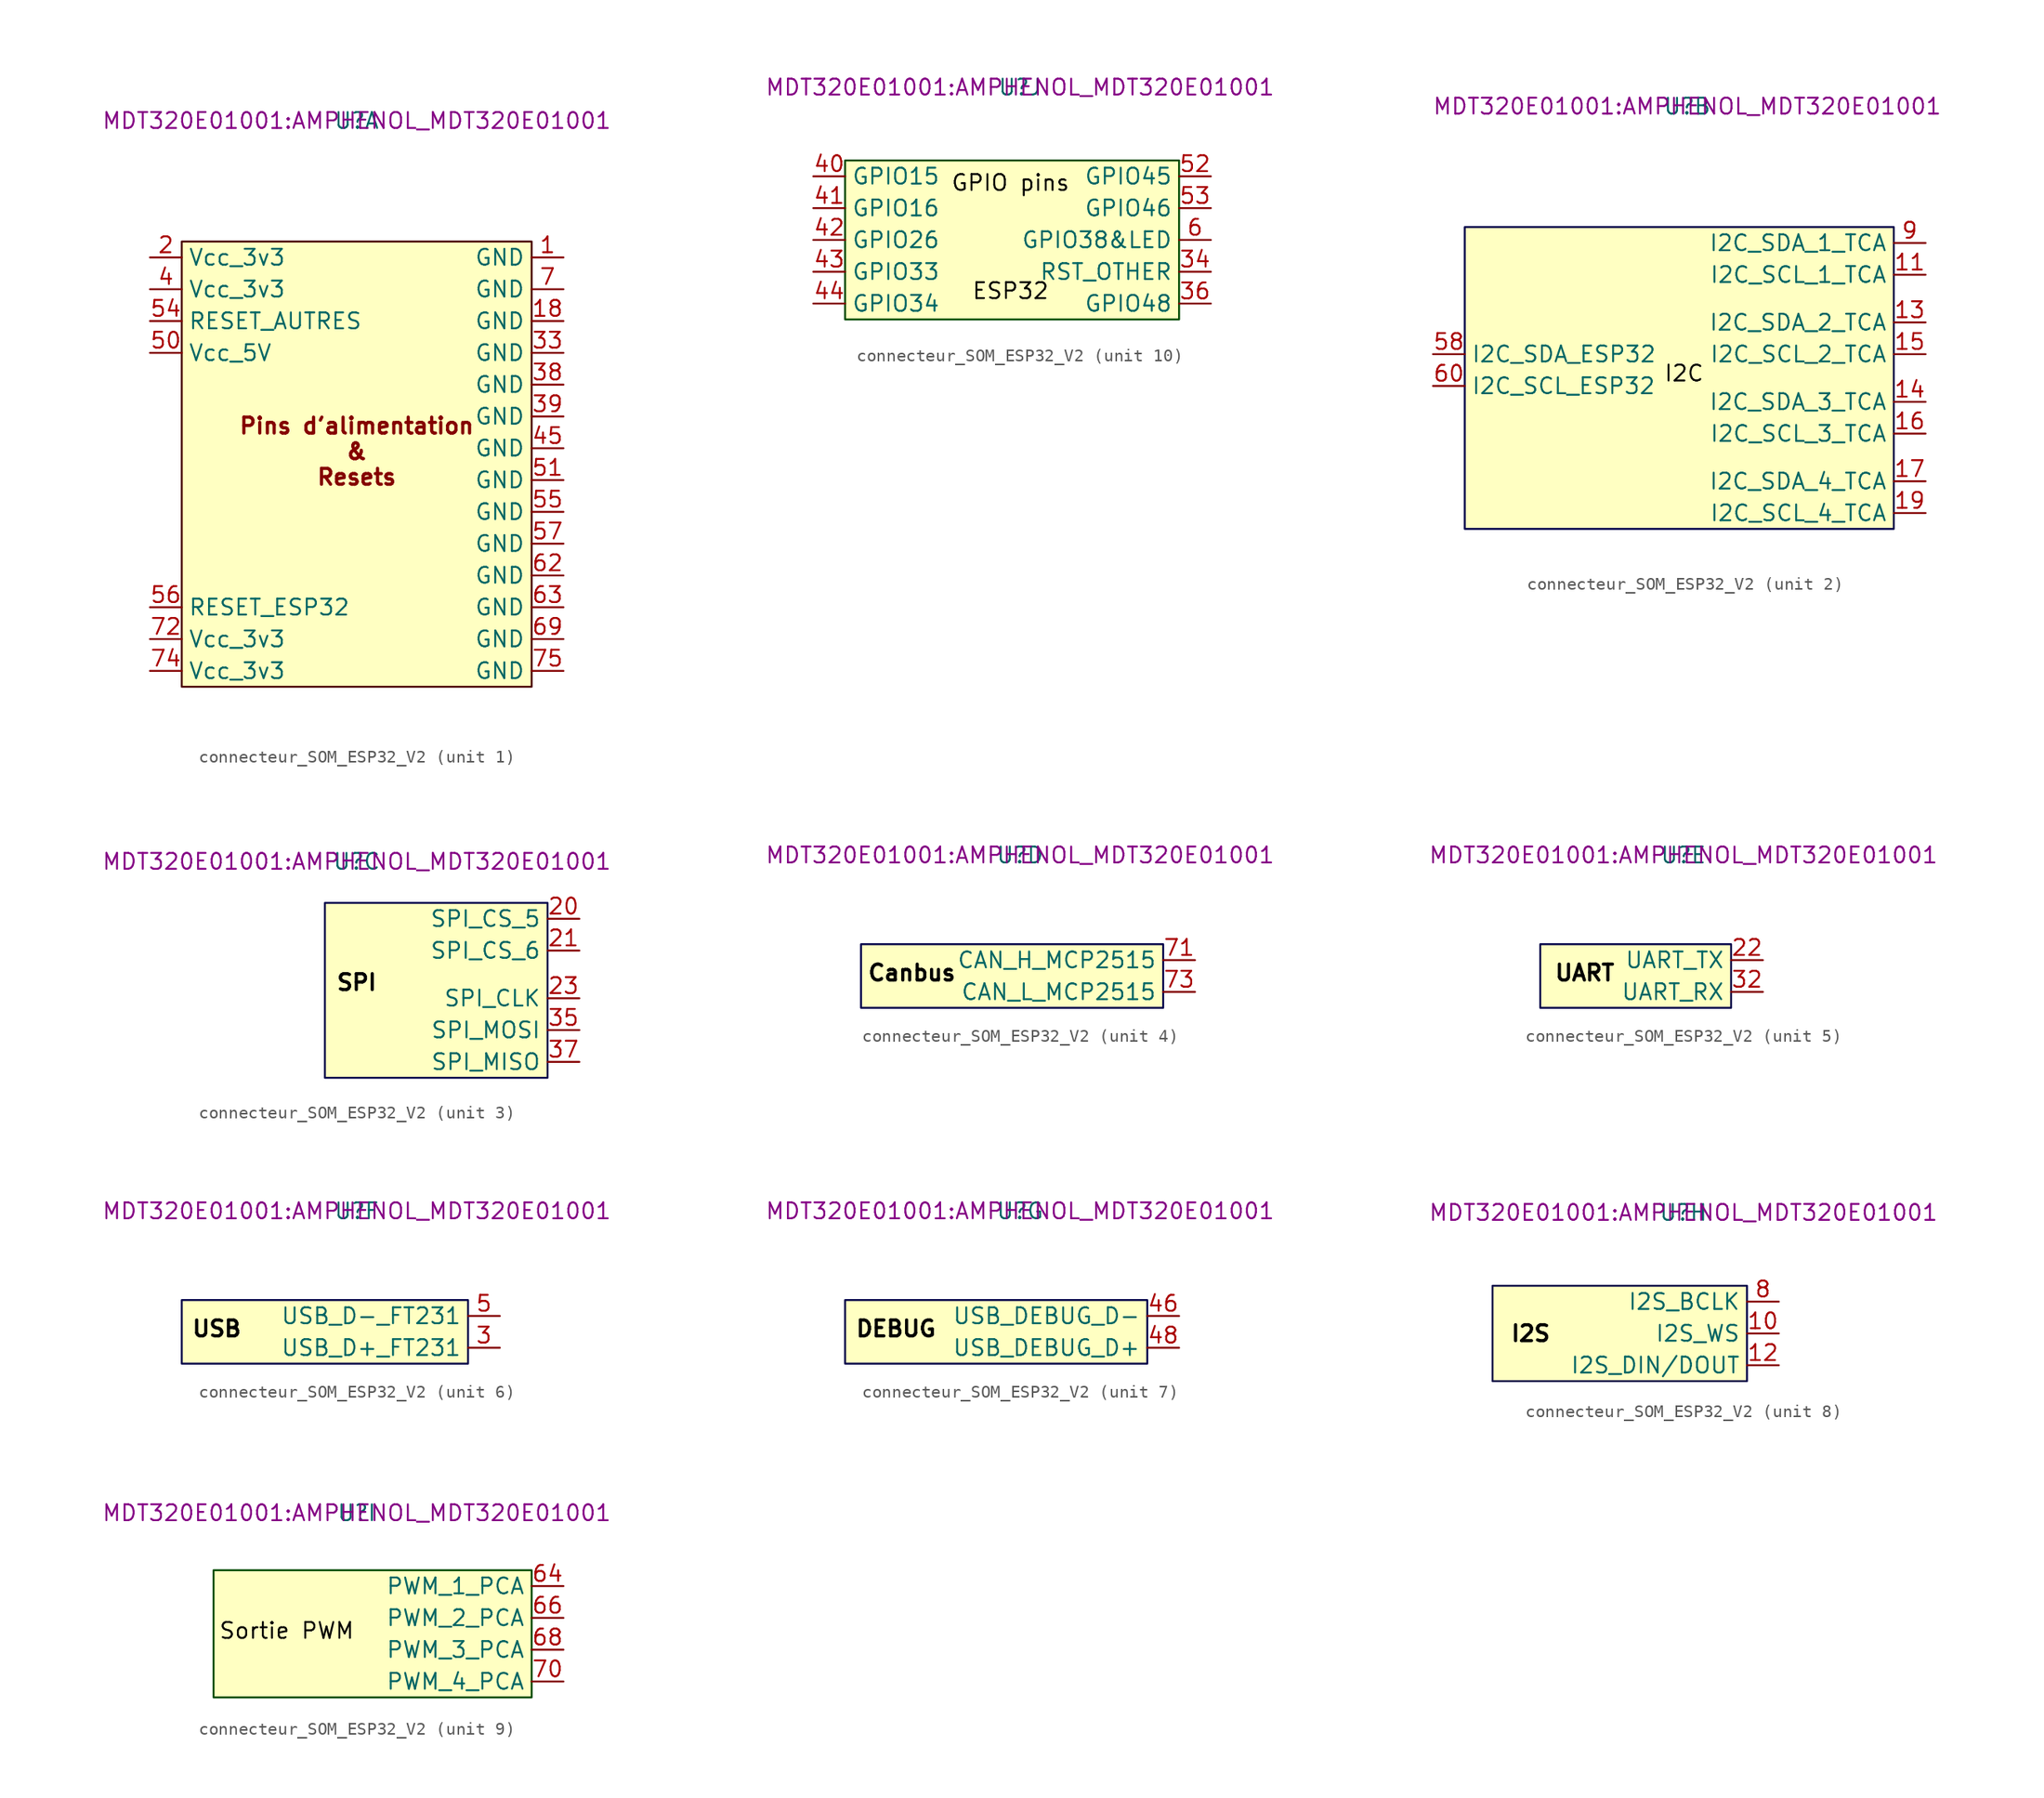
<source format=kicad_sym>
(kicad_symbol_lib
  (version 20231120)
  (generator "kicad_symbol_editor")
  (generator_version "8.0")
  (symbol "connecteur_SOM_ESP32_V2"
    (property "Reference" "U"
      (at 0 9.652 0)
      (effects (font (size 1.27 1.27))))
    (property "Value" ""
      (at 0 9.652 0)
      (effects (font (size 1.27 1.27))))
    (property "Footprint" "MDT320E01001:AMPHENOL_MDT320E01001"
      (at 0 9.652 0)
      (effects (font (size 1.27 1.27))))
    (property "ki_locked" ""
      (at 0 0 0)
      (effects (font (size 1.27 1.27))))
    (symbol "connecteur_SOM_ESP32_V2_1_1"
      (rectangle (start -13.97 0) (end 13.97 -35.56) (stroke (width 0) (type default) (color 72 0 0 1)) (fill (type background)))
      (text "Pins d'alimentation\n&\nResets" (at 0 -16.764 0) (effects (font (size 1.27 1.27) (bold yes))))
      (pin power_in line (at 16.51 -1.27 180) (length 2.54) (name "GND" (effects (font (size 1.27 1.27)))) (number "1" (effects (font (size 1.27 1.27)))))
      (pin power_in line (at 16.51 -6.35 180) (length 2.54) (name "GND" (effects (font (size 1.27 1.27)))) (number "18" (effects (font (size 1.27 1.27)))))
      (pin power_in line (at -16.51 -1.27 0) (length 2.54) (name "Vcc_3v3" (effects (font (size 1.27 1.27)))) (number "2" (effects (font (size 1.27 1.27)))))
      (pin power_in line (at 16.51 -8.89 180) (length 2.54) (name "GND" (effects (font (size 1.27 1.27)))) (number "33" (effects (font (size 1.27 1.27)))))
      (pin power_in line (at 16.51 -11.43 180) (length 2.54) (name "GND" (effects (font (size 1.27 1.27)))) (number "38" (effects (font (size 1.27 1.27)))))
      (pin power_in line (at 16.51 -13.97 180) (length 2.54) (name "GND" (effects (font (size 1.27 1.27)))) (number "39" (effects (font (size 1.27 1.27)))))
      (pin power_in line (at -16.51 -3.81 0) (length 2.54) (name "Vcc_3v3" (effects (font (size 1.27 1.27)))) (number "4" (effects (font (size 1.27 1.27)))))
      (pin power_in line (at 16.51 -16.51 180) (length 2.54) (name "GND" (effects (font (size 1.27 1.27)))) (number "45" (effects (font (size 1.27 1.27)))))
      (pin power_in line (at -16.51 -8.89 0) (length 2.54) (name "Vcc_5V" (effects (font (size 1.27 1.27)))) (number "50" (effects (font (size 1.27 1.27)))))
      (pin power_in line (at 16.51 -19.05 180) (length 2.54) (name "GND" (effects (font (size 1.27 1.27)))) (number "51" (effects (font (size 1.27 1.27)))))
      (pin bidirectional line (at -16.51 -6.35 0) (length 2.54) (name "RESET_AUTRES" (effects (font (size 1.27 1.27)))) (number "54" (effects (font (size 1.27 1.27)))))
      (pin power_in line (at 16.51 -21.59 180) (length 2.54) (name "GND" (effects (font (size 1.27 1.27)))) (number "55" (effects (font (size 1.27 1.27)))))
      (pin bidirectional line (at -16.51 -29.21 0) (length 2.54) (name "RESET_ESP32" (effects (font (size 1.27 1.27)))) (number "56" (effects (font (size 1.27 1.27)))))
      (pin power_in line (at 16.51 -24.13 180) (length 2.54) (name "GND" (effects (font (size 1.27 1.27)))) (number "57" (effects (font (size 1.27 1.27)))))
      (pin power_in line (at 16.51 -26.67 180) (length 2.54) (name "GND" (effects (font (size 1.27 1.27)))) (number "62" (effects (font (size 1.27 1.27)))))
      (pin power_in line (at 16.51 -29.21 180) (length 2.54) (name "GND" (effects (font (size 1.27 1.27)))) (number "63" (effects (font (size 1.27 1.27)))))
      (pin power_in line (at 16.51 -31.75 180) (length 2.54) (name "GND" (effects (font (size 1.27 1.27)))) (number "69" (effects (font (size 1.27 1.27)))))
      (pin power_in line (at 16.51 -3.81 180) (length 2.54) (name "GND" (effects (font (size 1.27 1.27)))) (number "7" (effects (font (size 1.27 1.27)))))
      (pin power_in line (at -16.51 -31.75 0) (length 2.54) (name "Vcc_3v3" (effects (font (size 1.27 1.27)))) (number "72" (effects (font (size 1.27 1.27)))))
      (pin power_in line (at -16.51 -34.29 0) (length 2.54) (name "Vcc_3v3" (effects (font (size 1.27 1.27)))) (number "74" (effects (font (size 1.27 1.27)))))
      (pin power_in line (at 16.51 -34.29 180) (length 2.54) (name "GND" (effects (font (size 1.27 1.27)))) (number "75" (effects (font (size 1.27 1.27))))))
    (symbol "connecteur_SOM_ESP32_V2_2_1"
      (rectangle (start -17.78 0) (end 16.51 -24.13) (stroke (width 0) (type default) (color 0 0 72 1)) (fill (type background)))
      (text "I2C" (at -0.254 -11.684 0) (effects (font (size 1.27 1.27) (color 0 0 0 1))))
      (pin bidirectional line (at 19.05 -3.81 180) (length 2.54) (name "I2C_SCL_1_TCA" (effects (font (size 1.27 1.27)))) (number "11" (effects (font (size 1.27 1.27)))))
      (pin bidirectional line (at 19.05 -7.62 180) (length 2.54) (name "I2C_SDA_2_TCA" (effects (font (size 1.27 1.27)))) (number "13" (effects (font (size 1.27 1.27)))))
      (pin bidirectional line (at 19.05 -13.97 180) (length 2.54) (name "I2C_SDA_3_TCA" (effects (font (size 1.27 1.27)))) (number "14" (effects (font (size 1.27 1.27)))))
      (pin bidirectional line (at 19.05 -10.16 180) (length 2.54) (name "I2C_SCL_2_TCA" (effects (font (size 1.27 1.27)))) (number "15" (effects (font (size 1.27 1.27)))))
      (pin bidirectional line (at 19.05 -16.51 180) (length 2.54) (name "I2C_SCL_3_TCA" (effects (font (size 1.27 1.27)))) (number "16" (effects (font (size 1.27 1.27)))))
      (pin bidirectional line (at 19.05 -20.32 180) (length 2.54) (name "I2C_SDA_4_TCA" (effects (font (size 1.27 1.27)))) (number "17" (effects (font (size 1.27 1.27)))))
      (pin bidirectional line (at 19.05 -22.86 180) (length 2.54) (name "I2C_SCL_4_TCA" (effects (font (size 1.27 1.27)))) (number "19" (effects (font (size 1.27 1.27)))))
      (pin bidirectional line (at -20.32 -10.16 0) (length 2.54) (name "I2C_SDA_ESP32" (effects (font (size 1.27 1.27)))) (number "58" (effects (font (size 1.27 1.27)))))
      (pin bidirectional line (at -20.32 -12.7 0) (length 2.54) (name "I2C_SCL_ESP32" (effects (font (size 1.27 1.27)))) (number "60" (effects (font (size 1.27 1.27)))))
      (pin bidirectional line (at 19.05 -1.27 180) (length 2.54) (name "I2C_SDA_1_TCA" (effects (font (size 1.27 1.27)))) (number "9" (effects (font (size 1.27 1.27))))))
    (symbol "connecteur_SOM_ESP32_V2_3_1"
      (rectangle (start -2.54 6.35) (end 15.24 -7.62) (stroke (width 0) (type default) (color 0 0 72 1)) (fill (type background)))
      (text "SPI" (at 0 0 0) (effects (font (size 1.27 1.27) (bold yes) (color 0 0 0 1))))
      (pin bidirectional line (at 17.78 5.08 180) (length 2.54) (name "SPI_CS_5" (effects (font (size 1.27 1.27)))) (number "20" (effects (font (size 1.27 1.27)))))
      (pin bidirectional line (at 17.78 2.54 180) (length 2.54) (name "SPI_CS_6" (effects (font (size 1.27 1.27)))) (number "21" (effects (font (size 1.27 1.27)))))
      (pin bidirectional line (at 17.78 -1.27 180) (length 2.54) (name "SPI_CLK" (effects (font (size 1.27 1.27)))) (number "23" (effects (font (size 1.27 1.27)))))
      (pin bidirectional line (at 17.78 -3.81 180) (length 2.54) (name "SPI_MOSI" (effects (font (size 1.27 1.27)))) (number "35" (effects (font (size 1.27 1.27)))))
      (pin bidirectional line (at 17.78 -6.35 180) (length 2.54) (name "SPI_MISO" (effects (font (size 1.27 1.27)))) (number "37" (effects (font (size 1.27 1.27))))))
    (symbol "connecteur_SOM_ESP32_V2_4_1"
      (rectangle (start -12.7 2.54) (end 11.43 -2.54) (stroke (width 0) (type default) (color 0 0 72 1)) (fill (type background)))
      (text "Canbus" (at -8.636 0.254 0) (effects (font (size 1.27 1.27) (bold yes) (color 0 0 0 1))))
      (pin bidirectional line (at 13.97 1.27 180) (length 2.54) (name "CAN_H_MCP2515" (effects (font (size 1.27 1.27)))) (number "71" (effects (font (size 1.27 1.27)))))
      (pin bidirectional line (at 13.97 -1.27 180) (length 2.54) (name "CAN_L_MCP2515" (effects (font (size 1.27 1.27)))) (number "73" (effects (font (size 1.27 1.27))))))
    (symbol "connecteur_SOM_ESP32_V2_5_1"
      (rectangle (start -11.43 2.54) (end 3.81 -2.54) (stroke (width 0) (type default) (color 0 0 72 1)) (fill (type background)))
      (text "UART" (at -7.874 0.254 0) (effects (font (size 1.27 1.27) (bold yes) (color 0 0 0 1))))
      (pin bidirectional line (at 6.35 1.27 180) (length 2.54) (name "UART_TX" (effects (font (size 1.27 1.27)))) (number "22" (effects (font (size 1.27 1.27)))))
      (pin bidirectional line (at 6.35 -1.27 180) (length 2.54) (name "UART_RX" (effects (font (size 1.27 1.27)))) (number "32" (effects (font (size 1.27 1.27))))))
    (symbol "connecteur_SOM_ESP32_V2_6_1"
      (rectangle (start -13.97 2.54) (end 8.89 -2.54) (stroke (width 0) (type default) (color 0 0 72 1)) (fill (type background)))
      (text "USB" (at -11.176 0.254 0) (effects (font (size 1.27 1.27) (bold yes) (color 0 0 0 1))))
      (pin bidirectional line (at 11.43 -1.27 180) (length 2.54) (name "USB_D+_FT231" (effects (font (size 1.27 1.27)))) (number "3" (effects (font (size 1.27 1.27)))))
      (pin bidirectional line (at 11.43 1.27 180) (length 2.54) (name "USB_D-_FT231" (effects (font (size 1.27 1.27)))) (number "5" (effects (font (size 1.27 1.27))))))
    (symbol "connecteur_SOM_ESP32_V2_7_1"
      (rectangle (start -13.97 2.54) (end 10.16 -2.54) (stroke (width 0) (type default) (color 0 0 72 1)) (fill (type background)))
      (text "DEBUG" (at -9.906 0.254 0) (effects (font (size 1.27 1.27) (bold yes) (color 0 0 0 1))))
      (pin bidirectional line (at 12.7 1.27 180) (length 2.54) (name "USB_DEBUG_D-" (effects (font (size 1.27 1.27)))) (number "46" (effects (font (size 1.27 1.27)))))
      (pin bidirectional line (at 12.7 -1.27 180) (length 2.54) (name "USB_DEBUG_D+" (effects (font (size 1.27 1.27)))) (number "48" (effects (font (size 1.27 1.27))))))
    (symbol "connecteur_SOM_ESP32_V2_8_1"
      (rectangle (start -15.24 3.81) (end 5.08 -3.81) (stroke (width 0) (type default) (color 0 0 72 1)) (fill (type background)))
      (text "I2S" (at -12.192 0 0) (effects (font (size 1.27 1.27) (bold yes) (color 0 0 0 1))))
      (pin bidirectional line (at 7.62 0 180) (length 2.54) (name "I2S_WS" (effects (font (size 1.27 1.27)))) (number "10" (effects (font (size 1.27 1.27)))))
      (pin bidirectional line (at 7.62 -2.54 180) (length 2.54) (name "I2S_DIN/DOUT" (effects (font (size 1.27 1.27)))) (number "12" (effects (font (size 1.27 1.27)))))
      (pin bidirectional line (at 7.62 2.54 180) (length 2.54) (name "I2S_BCLK" (effects (font (size 1.27 1.27)))) (number "8" (effects (font (size 1.27 1.27))))))
    (symbol "connecteur_SOM_ESP32_V2_9_1"
      (rectangle (start -11.43 5.08) (end 13.97 -5.08) (stroke (width 0) (type default) (color 0 72 0 1)) (fill (type background)))
      (text "Sortie PWM\n" (at -5.588 0.254 0) (effects (font (size 1.27 1.27) (color 0 0 0 1))))
      (pin output line (at 16.51 3.81 180) (length 2.54) (name "PWM_1_PCA" (effects (font (size 1.27 1.27)))) (number "64" (effects (font (size 1.27 1.27)))))
      (pin output line (at 16.51 1.27 180) (length 2.54) (name "PWM_2_PCA" (effects (font (size 1.27 1.27)))) (number "66" (effects (font (size 1.27 1.27)))))
      (pin output line (at 16.51 -1.27 180) (length 2.54) (name "PWM_3_PCA" (effects (font (size 1.27 1.27)))) (number "68" (effects (font (size 1.27 1.27)))))
      (pin output line (at 16.51 -3.81 180) (length 2.54) (name "PWM_4_PCA" (effects (font (size 1.27 1.27)))) (number "70" (effects (font (size 1.27 1.27))))))
    (symbol "connecteur_SOM_ESP32_V2_10_1"
      (rectangle (start -13.97 3.81) (end 12.7 -8.89) (stroke (width 0) (type default) (color 0 72 0 1)) (fill (type background)))
      (text "ESP32\n" (at -0.762 -6.604 0) (effects (font (size 1.27 1.27) (color 0 0 0 1))))
      (text "GPIO pins" (at -0.762 2.032 0) (effects (font (size 1.27 1.27) (color 0 0 0 1))))
      (pin bidirectional line (at 15.24 -5.08 180) (length 2.54) (name "RST_OTHER" (effects (font (size 1.27 1.27)))) (number "34" (effects (font (size 1.27 1.27)))))
      (pin bidirectional line (at 15.24 -7.62 180) (length 2.54) (name "GPIO48" (effects (font (size 1.27 1.27)))) (number "36" (effects (font (size 1.27 1.27)))))
      (pin bidirectional line (at -16.51 2.54 0) (length 2.54) (name "GPIO15" (effects (font (size 1.27 1.27)))) (number "40" (effects (font (size 1.27 1.27)))))
      (pin bidirectional line (at -16.51 0 0) (length 2.54) (name "GPIO16" (effects (font (size 1.27 1.27)))) (number "41" (effects (font (size 1.27 1.27)))))
      (pin bidirectional line (at -16.51 -2.54 0) (length 2.54) (name "GPIO26" (effects (font (size 1.27 1.27)))) (number "42" (effects (font (size 1.27 1.27)))))
      (pin bidirectional line (at -16.51 -5.08 0) (length 2.54) (name "GPIO33" (effects (font (size 1.27 1.27)))) (number "43" (effects (font (size 1.27 1.27)))))
      (pin bidirectional line (at -16.51 -7.62 0) (length 2.54) (name "GPIO34" (effects (font (size 1.27 1.27)))) (number "44" (effects (font (size 1.27 1.27)))))
      (pin bidirectional line (at 15.24 2.54 180) (length 2.54) (name "GPIO45" (effects (font (size 1.27 1.27)))) (number "52" (effects (font (size 1.27 1.27)))))
      (pin bidirectional line (at 15.24 0 180) (length 2.54) (name "GPIO46" (effects (font (size 1.27 1.27)))) (number "53" (effects (font (size 1.27 1.27)))))
      (pin bidirectional line (at 15.24 -2.54 180) (length 2.54) (name "GPIO38&LED" (effects (font (size 1.27 1.27)))) (number "6" (effects (font (size 1.27 1.27))))))))
</source>
